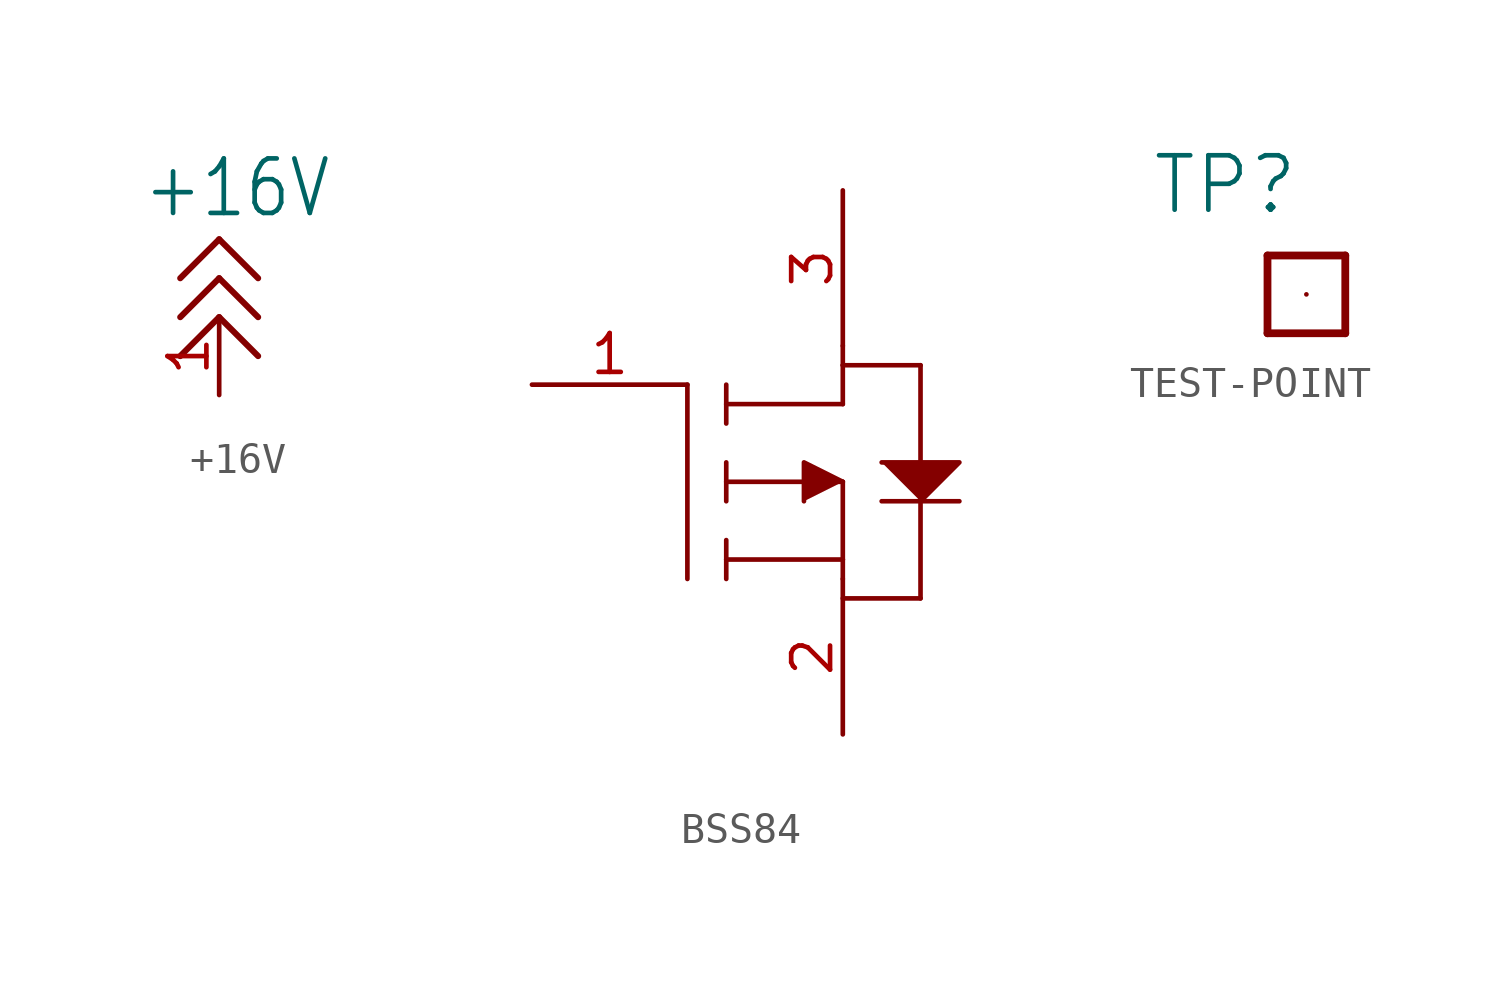
<source format=kicad_sym>
(kicad_symbol_lib
  (version 20220914)
  (generator kicad_symbol_editor)
  (symbol "+16V"
    (power)
    (property "Reference" "#V"
      (at 0 0 0)
      (effects (font (size 1.27 1.27)) hide))
    (property "Value" "+16V"
      (at -2.54 3.175 0)
      (effects (font (size 1.778 1.511)) (justify left bottom)))
    (property "ki_locked" ""
      (at 0 0 0)
      (effects (font (size 1.27 1.27))))
    (symbol "+16V_1_0"
      (polyline (pts (xy 0 0) (xy -1.27 -1.27)) (stroke (width 0.2) (type solid)) (fill (type none)))
      (polyline (pts (xy 0 0) (xy 1.27 -1.27)) (stroke (width 0.2) (type solid)) (fill (type none)))
      (polyline (pts (xy 0 1.27) (xy -1.27 0)) (stroke (width 0.2) (type solid)) (fill (type none)))
      (polyline (pts (xy 0 1.27) (xy 1.27 0)) (stroke (width 0.2) (type solid)) (fill (type none)))
      (polyline (pts (xy 0 2.54) (xy -1.27 1.27)) (stroke (width 0.2) (type solid)) (fill (type none)))
      (polyline (pts (xy 0 2.54) (xy 1.27 1.27)) (stroke (width 0.2) (type solid)) (fill (type none)))
      (pin power_in line (at 0 -2.54 90) (length 2.54) (name "+16V" (effects (font (size 0 0)))) (number "1" (effects (font (size 1.27 1.27)))))))
  (symbol "BSS84"
    (property "Reference" "Q"
      (at 0 0 0)
      (effects (font (size 1.27 1.27)) hide))
    (property "ki_locked" ""
      (at 0 0 0)
      (effects (font (size 1.27 1.27))))
    (symbol "BSS84_1_0"
      (polyline (pts (xy 0 0) (xy 0 -6.35)) (stroke (width 0.152) (type solid)) (fill (type none)))
      (polyline (pts (xy 1.27 -6.35) (xy 1.27 -5.715)) (stroke (width 0.152) (type solid)) (fill (type none)))
      (polyline (pts (xy 1.27 -5.715) (xy 1.27 -5.08)) (stroke (width 0.152) (type solid)) (fill (type none)))
      (polyline (pts (xy 1.27 -5.715) (xy 5.08 -5.715)) (stroke (width 0.152) (type solid)) (fill (type none)))
      (polyline (pts (xy 1.27 -3.81) (xy 1.27 -3.175)) (stroke (width 0.152) (type solid)) (fill (type none)))
      (polyline (pts (xy 1.27 -3.175) (xy 1.27 -2.54)) (stroke (width 0.152) (type solid)) (fill (type none)))
      (polyline (pts (xy 1.27 -3.175) (xy 5.08 -3.175)) (stroke (width 0.152) (type solid)) (fill (type none)))
      (polyline (pts (xy 1.27 -1.27) (xy 1.27 -0.635)) (stroke (width 0.152) (type solid)) (fill (type none)))
      (polyline (pts (xy 1.27 -0.635) (xy 1.27 0)) (stroke (width 0.152) (type solid)) (fill (type none)))
      (polyline (pts (xy 1.27 -0.635) (xy 5.08 -0.635)) (stroke (width 0.152) (type solid)) (fill (type none)))
      (polyline (pts (xy 5.08 -5.715) (xy 5.08 -6.35)) (stroke (width 0.152) (type solid)) (fill (type none)))
      (polyline (pts (xy 5.08 -3.175) (xy 5.08 -5.715)) (stroke (width 0.152) (type solid)) (fill (type none)))
      (polyline (pts (xy 5.08 -0.635) (xy 5.08 0.635)) (stroke (width 0.152) (type solid)) (fill (type none)))
      (polyline (pts (xy 5.08 0.635) (xy 5.08 1.27)) (stroke (width 0.152) (type solid)) (fill (type none)))
      (polyline (pts (xy 5.08 0.635) (xy 7.62 0.635)) (stroke (width 0.152) (type solid)) (fill (type none)))
      (polyline (pts (xy 6.35 -3.81) (xy 8.89 -3.81)) (stroke (width 0.152) (type solid)) (fill (type none)))
      (polyline (pts (xy 7.62 -6.985) (xy 5.08 -6.985)) (stroke (width 0.152) (type solid)) (fill (type none)))
      (polyline (pts (xy 7.62 0.635) (xy 7.62 -6.985)) (stroke (width 0.152) (type solid)) (fill (type none)))
      (polyline (pts (xy 5.08 -3.175) (xy 3.81 -2.54) (xy 3.81 -3.81)) (stroke (width 0.152) (type solid)) (fill (type outline)))
      (polyline (pts (xy 6.35 -2.54) (xy 8.89 -2.54) (xy 7.62 -3.81)) (stroke (width 0.152) (type solid)) (fill (type outline)))
      (pin bidirectional line (at -5.08 0 0) (length 5.08) (name "G" (effects (font (size 0 0)))) (number "1" (effects (font (size 1.27 1.27)))))
      (pin bidirectional line (at 5.08 -11.43 90) (length 5.08) (name "S" (effects (font (size 0 0)))) (number "2" (effects (font (size 1.27 1.27)))))
      (pin bidirectional line (at 5.08 6.35 270) (length 5.08) (name "D" (effects (font (size 0 0)))) (number "3" (effects (font (size 1.27 1.27)))))))
  (symbol "TEST-POINT"
    (property "Reference" "TP"
      (at -5.08 2.54 0)
      (effects (font (size 1.778 1.778)) (justify left bottom)))
    (property "ki_locked" ""
      (at 0 0 0)
      (effects (font (size 1.27 1.27))))
    (symbol "TEST-POINT_1_0"
      (polyline (pts (xy -1.27 -1.27) (xy -1.27 1.27)) (stroke (width 0.254) (type solid)) (fill (type none)))
      (polyline (pts (xy -1.27 1.27) (xy 1.27 1.27)) (stroke (width 0.254) (type solid)) (fill (type none)))
      (polyline (pts (xy 1.27 -1.27) (xy -1.27 -1.27)) (stroke (width 0.254) (type solid)) (fill (type none)))
      (polyline (pts (xy 1.27 1.27) (xy 1.27 -1.27)) (stroke (width 0.254) (type solid)) (fill (type none)))
      (pin passive line (at 0 0 0) (length 0) (name "1" (effects (font (size 0 0)))) (number "1" (effects (font (size 0 0))))))))
</source>
